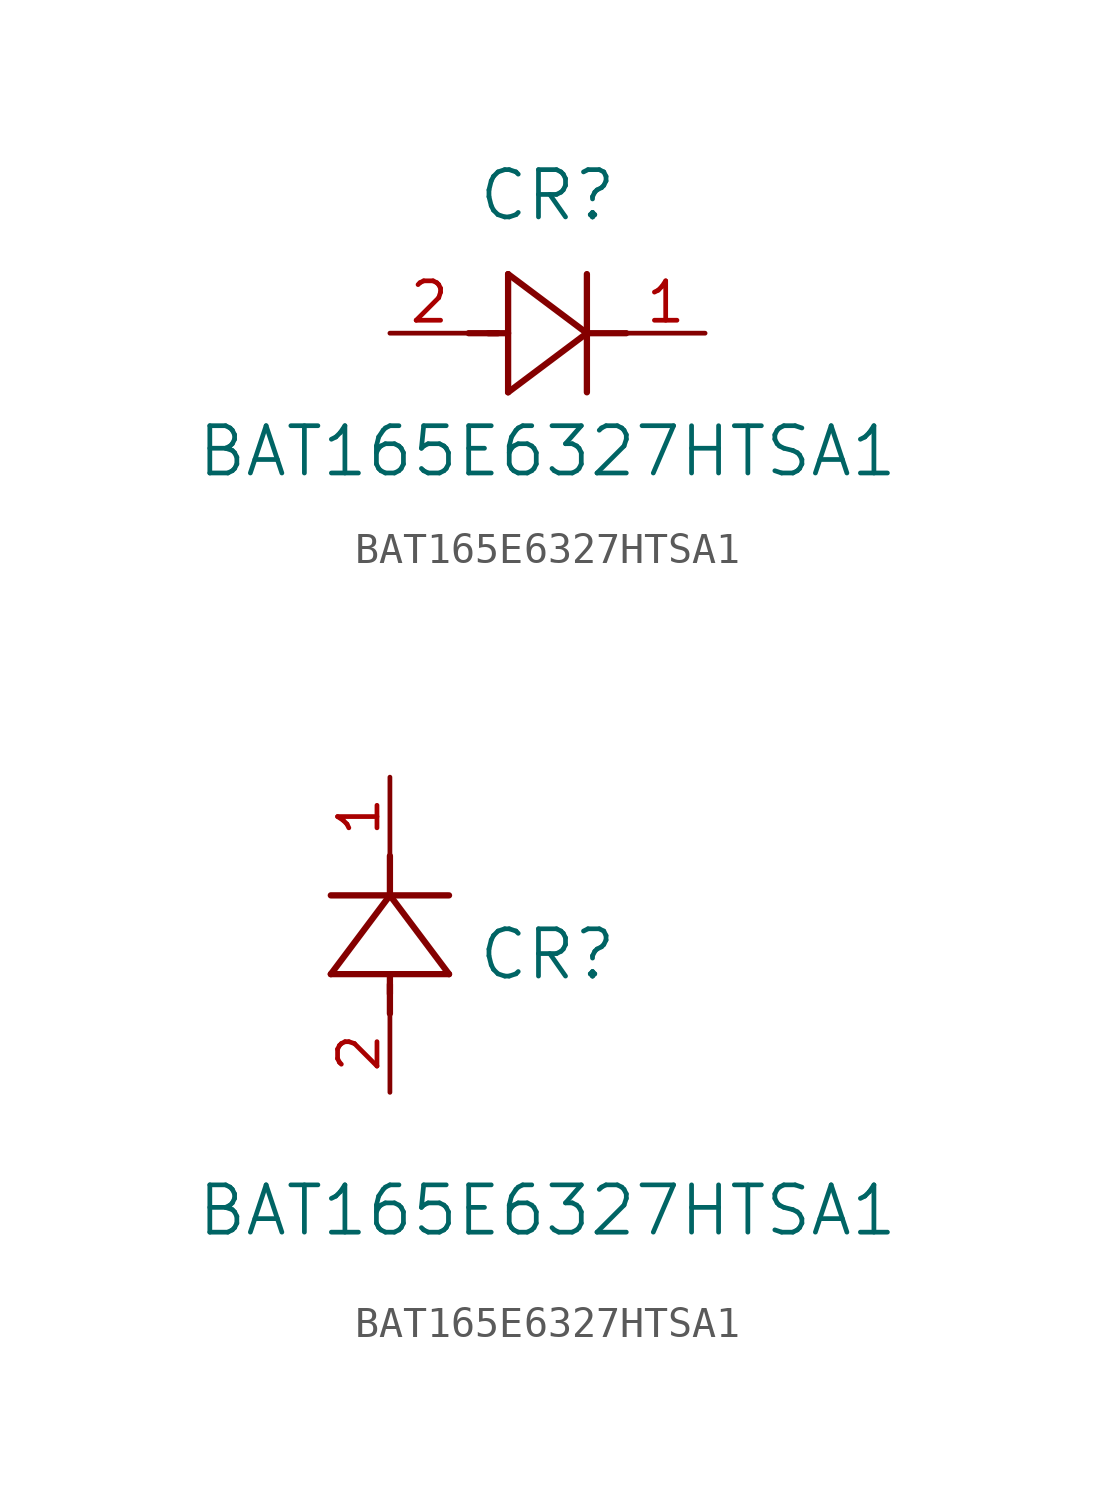
<source format=kicad_sym>
(kicad_symbol_lib
  (version 20211014)
  (generator kicad_symbol_editor)
  (symbol "BAT165E6327HTSA1"
    (pin_names
      (offset 0.254))
    (property "Reference" "CR"
      (at 5.08 4.445 0)
      (effects (font (size 1.524 1.524))))
    (property "Value" "BAT165E6327HTSA1"
      (at 5.08 -3.81 0)
      (effects (font (size 1.524 1.524))))
    (symbol "BAT165E6327HTSA1_1_1"
      (polyline (pts (xy 2.54 0) (xy 3.48 0)) (stroke (width 0.203) (type default) (color 0 0 0 0)) (fill (type none)))
      (polyline (pts (xy 3.81 1.905) (xy 3.81 -1.905)) (stroke (width 0.203) (type default) (color 0 0 0 0)) (fill (type none)))
      (polyline (pts (xy 3.175 0) (xy 3.81 0)) (stroke (width 0.203) (type default) (color 0 0 0 0)) (fill (type none)))
      (polyline (pts (xy 6.35 -1.905) (xy 6.35 1.905)) (stroke (width 0.203) (type default) (color 0 0 0 0)) (fill (type none)))
      (polyline (pts (xy 6.35 0) (xy 7.62 0)) (stroke (width 0.203) (type default) (color 0 0 0 0)) (fill (type none)))
      (polyline (pts (xy 6.35 0) (xy 3.81 1.905)) (stroke (width 0.203) (type default) (color 0 0 0 0)) (fill (type none)))
      (polyline (pts (xy 3.81 -1.905) (xy 6.35 0)) (stroke (width 0.203) (type default) (color 0 0 0 0)) (fill (type none)))
      (pin unspecified line (at 0 0 0) (length 2.54) (name "" (effects (font (size 1.27 1.27)))) (number "2" (effects (font (size 1.27 1.27)))))
      (pin unspecified line (at 10.16 0 180) (length 2.54) (name "" (effects (font (size 1.27 1.27)))) (number "1" (effects (font (size 1.27 1.27))))))
    (symbol "BAT165E6327HTSA1_1_2"
      (polyline (pts (xy 0 2.54) (xy 0 3.48)) (stroke (width 0.203) (type default) (color 0 0 0 0)) (fill (type none)))
      (polyline (pts (xy -1.905 3.81) (xy 1.905 3.81)) (stroke (width 0.203) (type default) (color 0 0 0 0)) (fill (type none)))
      (polyline (pts (xy 0 3.175) (xy 0 3.81)) (stroke (width 0.203) (type default) (color 0 0 0 0)) (fill (type none)))
      (polyline (pts (xy 1.905 6.35) (xy -1.905 6.35)) (stroke (width 0.203) (type default) (color 0 0 0 0)) (fill (type none)))
      (polyline (pts (xy 0 6.35) (xy 0 7.62)) (stroke (width 0.203) (type default) (color 0 0 0 0)) (fill (type none)))
      (polyline (pts (xy 0 6.35) (xy -1.905 3.81)) (stroke (width 0.203) (type default) (color 0 0 0 0)) (fill (type none)))
      (polyline (pts (xy 1.905 3.81) (xy 0 6.35)) (stroke (width 0.203) (type default) (color 0 0 0 0)) (fill (type none)))
      (pin unspecified line (at 0 0 90) (length 2.54) (name "" (effects (font (size 1.27 1.27)))) (number "2" (effects (font (size 1.27 1.27)))))
      (pin unspecified line (at 0 10.16 270) (length 2.54) (name "" (effects (font (size 1.27 1.27)))) (number "1" (effects (font (size 1.27 1.27))))))))
</source>
